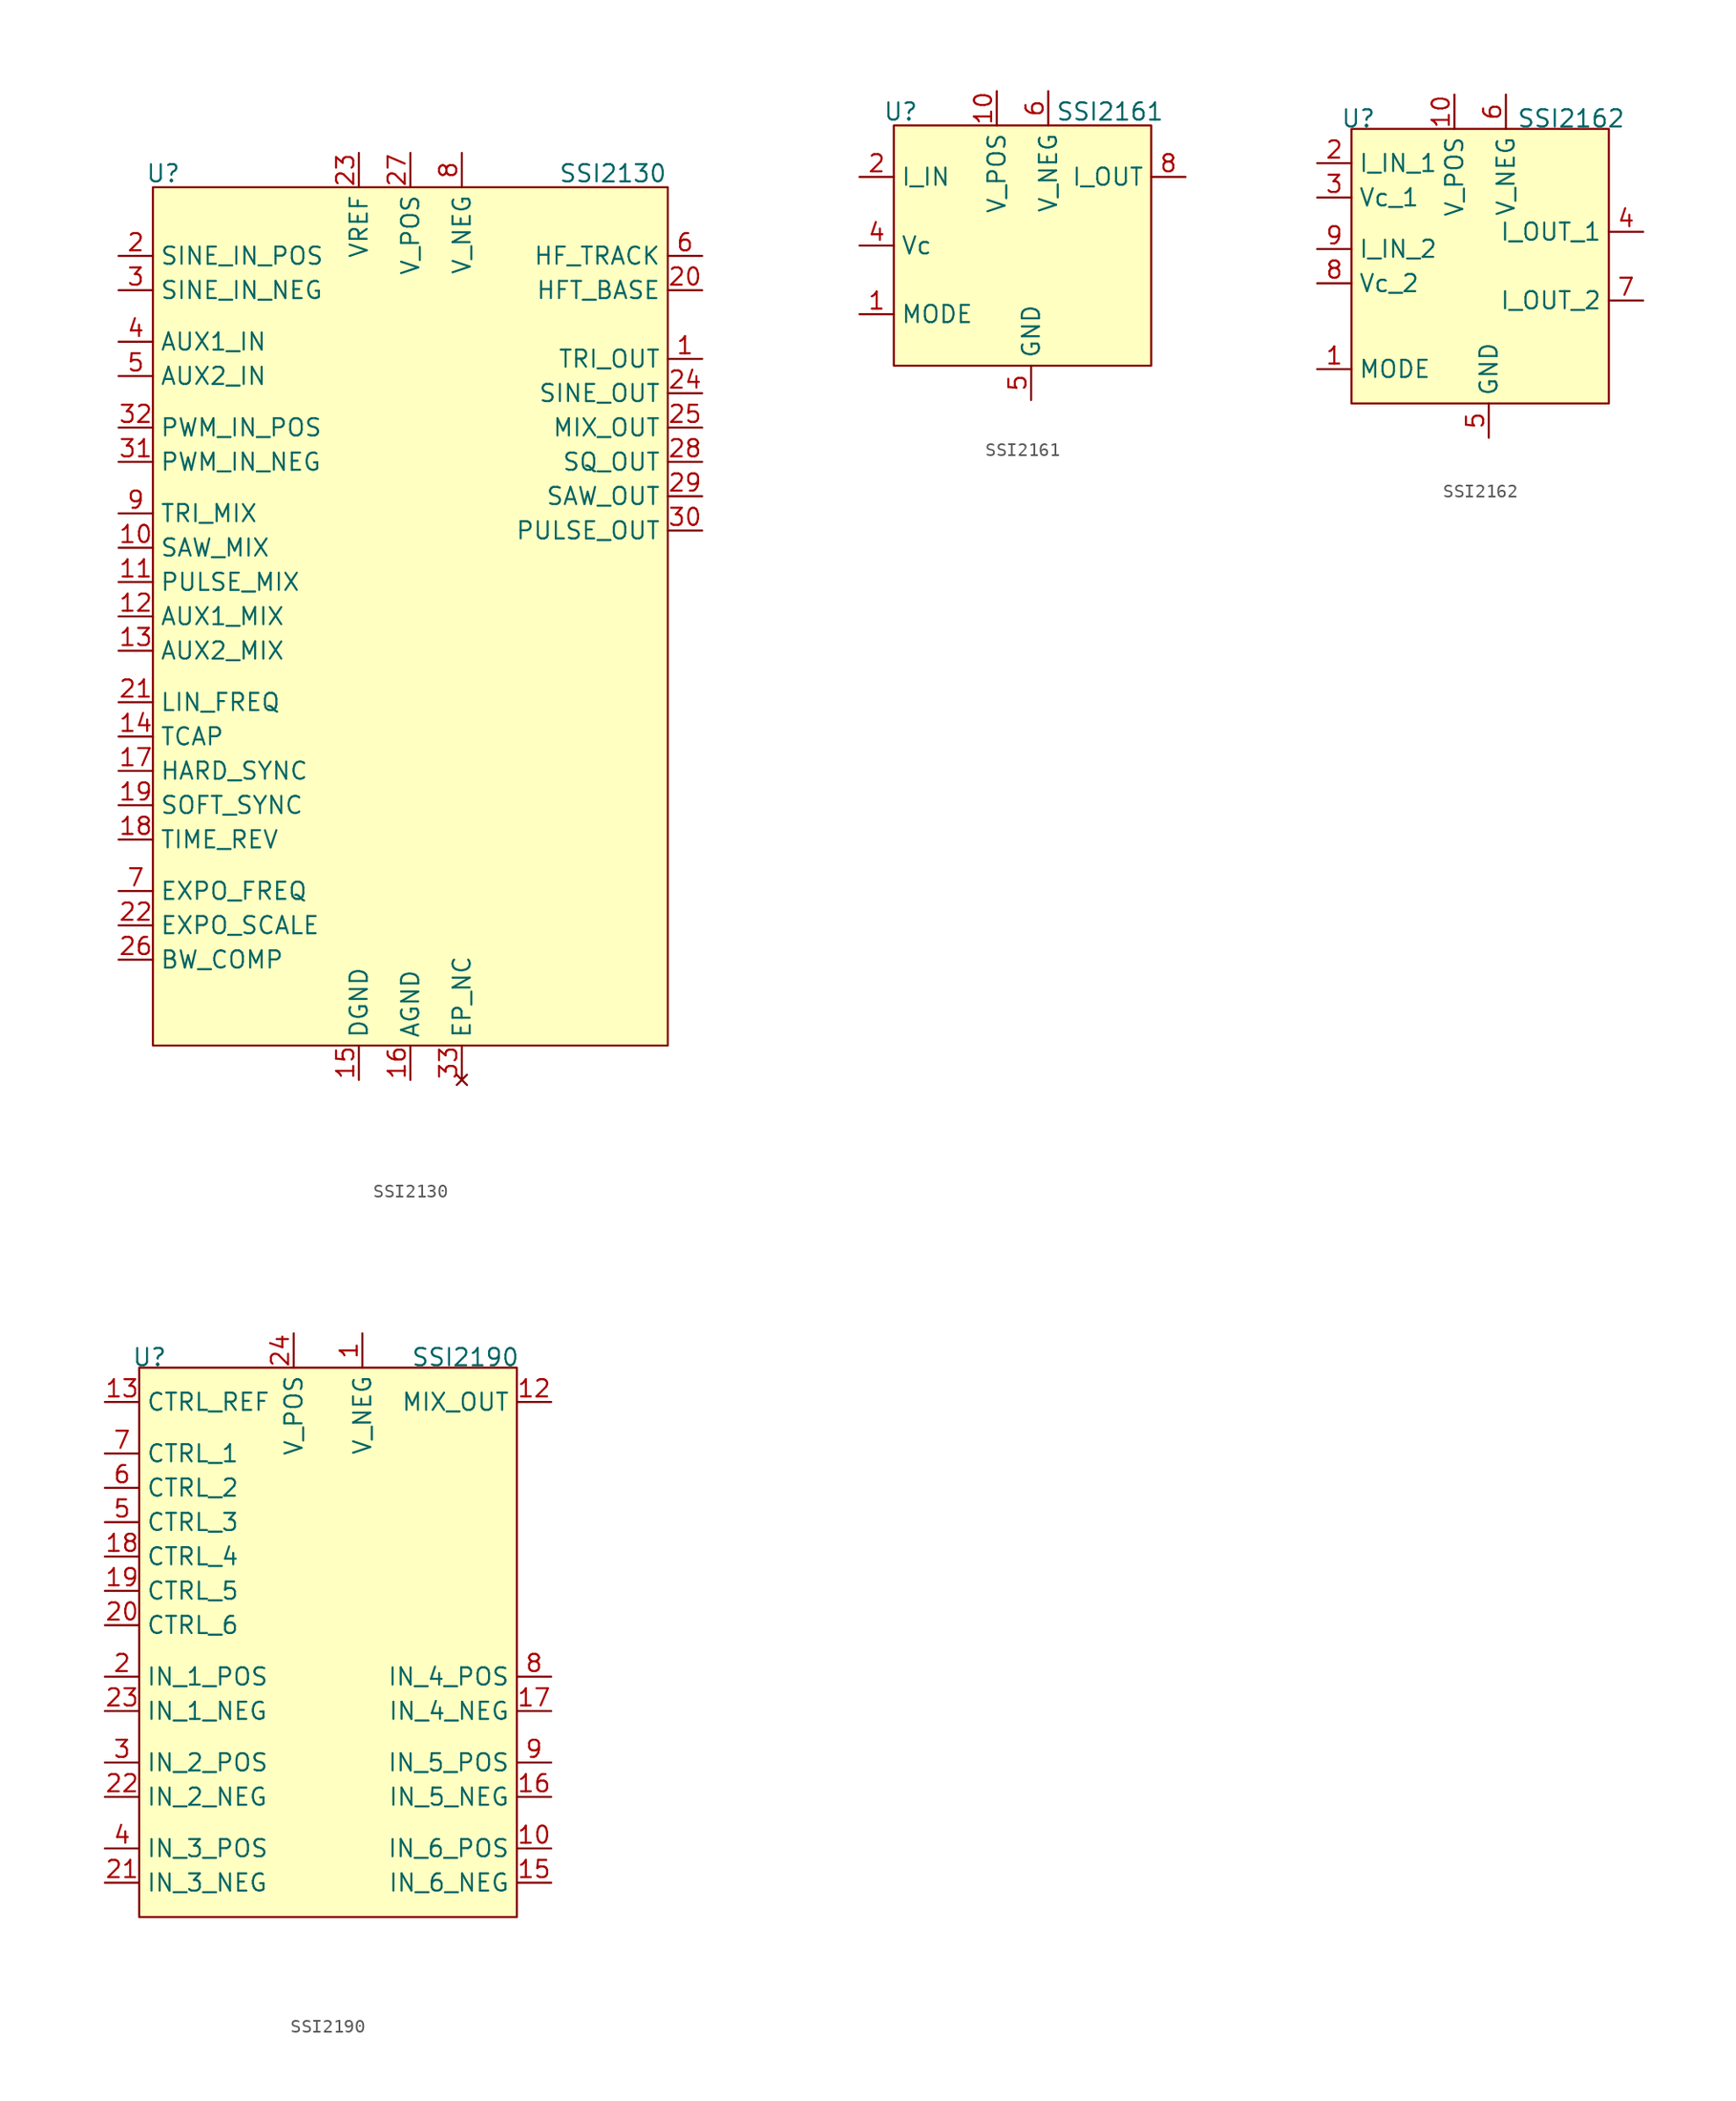
<source format=kicad_sym>
(kicad_symbol_lib
  (version 20231120)
  (generator "kicad_symbol_editor")
  (generator_version "8.0")
  (symbol "SSI2130"
    (property "Reference" "U"
      (at -18.288 30.226 0)
      (effects (font (size 1.27 1.27))))
    (property "Value" "SSI2130"
      (at 14.986 30.226 0)
      (effects (font (size 1.27 1.27))))
    (symbol "SSI2130_1_1"
      (rectangle (start -19.05 29.21) (end 19.05 -34.29) (stroke (width 0) (type default)) (fill (type color) (color 255 255 194 1)))
      (pin output line (at 21.59 16.51 180) (length 2.54) (name "TRI_OUT" (effects (font (size 1.27 1.27)))) (number "1" (effects (font (size 1.27 1.27)))))
      (pin input line (at -21.59 2.54 0) (length 2.54) (name "SAW_MIX" (effects (font (size 1.27 1.27)))) (number "10" (effects (font (size 1.27 1.27)))))
      (pin input line (at -21.59 0 0) (length 2.54) (name "PULSE_MIX" (effects (font (size 1.27 1.27)))) (number "11" (effects (font (size 1.27 1.27)))))
      (pin input line (at -21.59 -2.54 0) (length 2.54) (name "AUX1_MIX" (effects (font (size 1.27 1.27)))) (number "12" (effects (font (size 1.27 1.27)))))
      (pin input line (at -21.59 -5.08 0) (length 2.54) (name "AUX2_MIX" (effects (font (size 1.27 1.27)))) (number "13" (effects (font (size 1.27 1.27)))))
      (pin input line (at -21.59 -11.43 0) (length 2.54) (name "TCAP" (effects (font (size 1.27 1.27)))) (number "14" (effects (font (size 1.27 1.27)))))
      (pin power_in line (at -3.81 -36.83 90) (length 2.54) (name "DGND" (effects (font (size 1.27 1.27)))) (number "15" (effects (font (size 1.27 1.27)))))
      (pin power_in line (at 0 -36.83 90) (length 2.54) (name "AGND" (effects (font (size 1.27 1.27)))) (number "16" (effects (font (size 1.27 1.27)))))
      (pin input line (at -21.59 -13.97 0) (length 2.54) (name "HARD_SYNC" (effects (font (size 1.27 1.27)))) (number "17" (effects (font (size 1.27 1.27)))))
      (pin input line (at -21.59 -19.05 0) (length 2.54) (name "TIME_REV" (effects (font (size 1.27 1.27)))) (number "18" (effects (font (size 1.27 1.27)))))
      (pin input line (at -21.59 -16.51 0) (length 2.54) (name "SOFT_SYNC" (effects (font (size 1.27 1.27)))) (number "19" (effects (font (size 1.27 1.27)))))
      (pin input line (at -21.59 24.13 0) (length 2.54) (name "SINE_IN_POS" (effects (font (size 1.27 1.27)))) (number "2" (effects (font (size 1.27 1.27)))))
      (pin output line (at 21.59 21.59 180) (length 2.54) (name "HFT_BASE" (effects (font (size 1.27 1.27)))) (number "20" (effects (font (size 1.27 1.27)))))
      (pin input line (at -21.59 -8.89 0) (length 2.54) (name "LIN_FREQ" (effects (font (size 1.27 1.27)))) (number "21" (effects (font (size 1.27 1.27)))))
      (pin input line (at -21.59 -25.4 0) (length 2.54) (name "EXPO_SCALE" (effects (font (size 1.27 1.27)))) (number "22" (effects (font (size 1.27 1.27)))))
      (pin input line (at -3.81 31.75 270) (length 2.54) (name "VREF" (effects (font (size 1.27 1.27)))) (number "23" (effects (font (size 1.27 1.27)))))
      (pin output line (at 21.59 13.97 180) (length 2.54) (name "SINE_OUT" (effects (font (size 1.27 1.27)))) (number "24" (effects (font (size 1.27 1.27)))))
      (pin output line (at 21.59 11.43 180) (length 2.54) (name "MIX_OUT" (effects (font (size 1.27 1.27)))) (number "25" (effects (font (size 1.27 1.27)))))
      (pin input line (at -21.59 -27.94 0) (length 2.54) (name "BW_COMP" (effects (font (size 1.27 1.27)))) (number "26" (effects (font (size 1.27 1.27)))))
      (pin power_in line (at 0 31.75 270) (length 2.54) (name "V_POS" (effects (font (size 1.27 1.27)))) (number "27" (effects (font (size 1.27 1.27)))))
      (pin output line (at 21.59 8.89 180) (length 2.54) (name "SQ_OUT" (effects (font (size 1.27 1.27)))) (number "28" (effects (font (size 1.27 1.27)))))
      (pin output line (at 21.59 6.35 180) (length 2.54) (name "SAW_OUT" (effects (font (size 1.27 1.27)))) (number "29" (effects (font (size 1.27 1.27)))))
      (pin input line (at -21.59 21.59 0) (length 2.54) (name "SINE_IN_NEG" (effects (font (size 1.27 1.27)))) (number "3" (effects (font (size 1.27 1.27)))))
      (pin output line (at 21.59 3.81 180) (length 2.54) (name "PULSE_OUT" (effects (font (size 1.27 1.27)))) (number "30" (effects (font (size 1.27 1.27)))))
      (pin input line (at -21.59 8.89 0) (length 2.54) (name "PWM_IN_NEG" (effects (font (size 1.27 1.27)))) (number "31" (effects (font (size 1.27 1.27)))))
      (pin input line (at -21.59 11.43 0) (length 2.54) (name "PWM_IN_POS" (effects (font (size 1.27 1.27)))) (number "32" (effects (font (size 1.27 1.27)))))
      (pin no_connect line (at 3.81 -36.83 90) (length 2.54) (name "EP_NC" (effects (font (size 1.27 1.27)))) (number "33" (effects (font (size 1.27 1.27)))))
      (pin input line (at -21.59 17.78 0) (length 2.54) (name "AUX1_IN" (effects (font (size 1.27 1.27)))) (number "4" (effects (font (size 1.27 1.27)))))
      (pin input line (at -21.59 15.24 0) (length 2.54) (name "AUX2_IN" (effects (font (size 1.27 1.27)))) (number "5" (effects (font (size 1.27 1.27)))))
      (pin output line (at 21.59 24.13 180) (length 2.54) (name "HF_TRACK" (effects (font (size 1.27 1.27)))) (number "6" (effects (font (size 1.27 1.27)))))
      (pin input line (at -21.59 -22.86 0) (length 2.54) (name "EXPO_FREQ" (effects (font (size 1.27 1.27)))) (number "7" (effects (font (size 1.27 1.27)))))
      (pin power_in line (at 3.81 31.75 270) (length 2.54) (name "V_NEG" (effects (font (size 1.27 1.27)))) (number "8" (effects (font (size 1.27 1.27)))))
      (pin input line (at -21.59 5.08 0) (length 2.54) (name "TRI_MIX" (effects (font (size 1.27 1.27)))) (number "9" (effects (font (size 1.27 1.27)))))))
  (symbol "SSI2161"
    (property "Reference" "U"
      (at -9.652 9.906 0)
      (effects (font (size 1.27 1.27))))
    (property "Value" "SSI2161"
      (at 5.842 9.906 0)
      (effects (font (size 1.27 1.27))))
    (symbol "SSI2161_1_1"
      (rectangle (start -10.16 8.89) (end 8.89 -8.89) (stroke (width 0) (type default)) (fill (type color) (color 255 255 194 1)))
      (pin input line (at -12.7 -5.08 0) (length 2.54) (name "MODE" (effects (font (size 1.27 1.27)))) (number "1" (effects (font (size 1.27 1.27)))))
      (pin power_in line (at -2.54 11.43 270) (length 2.54) (name "V_POS" (effects (font (size 1.27 1.27)))) (number "10" (effects (font (size 1.27 1.27)))))
      (pin input line (at -12.7 5.08 0) (length 2.54) (name "I_IN" (effects (font (size 1.27 1.27)))) (number "2" (effects (font (size 1.27 1.27)))))
      (pin no_connect line (at 11.43 -6.35 180) (length 2.54) hide (name "NC" (effects (font (size 1.27 1.27)))) (number "3" (effects (font (size 1.27 1.27)))))
      (pin input line (at -12.7 0 0) (length 2.54) (name "Vc" (effects (font (size 1.27 1.27)))) (number "4" (effects (font (size 1.27 1.27)))))
      (pin power_in line (at 0 -11.43 90) (length 2.54) (name "GND" (effects (font (size 1.27 1.27)))) (number "5" (effects (font (size 1.27 1.27)))))
      (pin power_in line (at 1.27 11.43 270) (length 2.54) (name "V_NEG" (effects (font (size 1.27 1.27)))) (number "6" (effects (font (size 1.27 1.27)))))
      (pin no_connect line (at 11.43 -3.81 180) (length 2.54) hide (name "NC" (effects (font (size 1.27 1.27)))) (number "7" (effects (font (size 1.27 1.27)))))
      (pin output line (at 11.43 5.08 180) (length 2.54) (name "I_OUT" (effects (font (size 1.27 1.27)))) (number "8" (effects (font (size 1.27 1.27)))))
      (pin no_connect line (at 11.43 -1.27 180) (length 2.54) hide (name "NC" (effects (font (size 1.27 1.27)))) (number "9" (effects (font (size 1.27 1.27)))))))
  (symbol "SSI2162"
    (property "Reference" "U"
      (at -9.652 10.922 0)
      (effects (font (size 1.27 1.27))))
    (property "Value" "SSI2162"
      (at 6.096 10.922 0)
      (effects (font (size 1.27 1.27))))
    (symbol "SSI2162_1_1"
      (rectangle (start -10.16 10.16) (end 8.89 -10.16) (stroke (width 0) (type default)) (fill (type color) (color 255 255 194 1)))
      (pin input line (at -12.7 -7.62 0) (length 2.54) (name "MODE" (effects (font (size 1.27 1.27)))) (number "1" (effects (font (size 1.27 1.27)))))
      (pin power_in line (at -2.54 12.7 270) (length 2.54) (name "V_POS" (effects (font (size 1.27 1.27)))) (number "10" (effects (font (size 1.27 1.27)))))
      (pin input line (at -12.7 7.62 0) (length 2.54) (name "I_IN_1" (effects (font (size 1.27 1.27)))) (number "2" (effects (font (size 1.27 1.27)))))
      (pin input line (at -12.7 5.08 0) (length 2.54) (name "Vc_1" (effects (font (size 1.27 1.27)))) (number "3" (effects (font (size 1.27 1.27)))))
      (pin output line (at 11.43 2.54 180) (length 2.54) (name "I_OUT_1" (effects (font (size 1.27 1.27)))) (number "4" (effects (font (size 1.27 1.27)))))
      (pin power_in line (at 0 -12.7 90) (length 2.54) (name "GND" (effects (font (size 1.27 1.27)))) (number "5" (effects (font (size 1.27 1.27)))))
      (pin power_in line (at 1.27 12.7 270) (length 2.54) (name "V_NEG" (effects (font (size 1.27 1.27)))) (number "6" (effects (font (size 1.27 1.27)))))
      (pin output line (at 11.43 -2.54 180) (length 2.54) (name "I_OUT_2" (effects (font (size 1.27 1.27)))) (number "7" (effects (font (size 1.27 1.27)))))
      (pin input line (at -12.7 -1.27 0) (length 2.54) (name "Vc_2" (effects (font (size 1.27 1.27)))) (number "8" (effects (font (size 1.27 1.27)))))
      (pin input line (at -12.7 1.27 0) (length 2.54) (name "I_IN_2" (effects (font (size 1.27 1.27)))) (number "9" (effects (font (size 1.27 1.27)))))))
  (symbol "SSI2190"
    (property "Reference" "U"
      (at -13.208 18.542 0)
      (effects (font (size 1.27 1.27))))
    (property "Value" "SSI2190"
      (at 10.16 18.542 0)
      (effects (font (size 1.27 1.27))))
    (symbol "SSI2190_1_1"
      (rectangle (start -13.97 17.78) (end 13.97 -22.86) (stroke (width 0) (type default)) (fill (type color) (color 255 255 194 1)))
      (pin power_in line (at 2.54 20.32 270) (length 2.54) (name "V_NEG" (effects (font (size 1.27 1.27)))) (number "1" (effects (font (size 1.27 1.27)))))
      (pin input line (at 16.51 -17.78 180) (length 2.54) (name "IN_6_POS" (effects (font (size 1.27 1.27)))) (number "10" (effects (font (size 1.27 1.27)))))
      (pin no_connect line (at -2.54 -25.4 90) (length 2.54) hide (name "NC" (effects (font (size 1.27 1.27)))) (number "11" (effects (font (size 1.27 1.27)))))
      (pin output line (at 16.51 15.24 180) (length 2.54) (name "MIX_OUT" (effects (font (size 1.27 1.27)))) (number "12" (effects (font (size 1.27 1.27)))))
      (pin input line (at -16.51 15.24 0) (length 2.54) (name "CTRL_REF" (effects (font (size 1.27 1.27)))) (number "13" (effects (font (size 1.27 1.27)))))
      (pin no_connect line (at 2.54 -25.4 90) (length 2.54) hide (name "NC" (effects (font (size 1.27 1.27)))) (number "14" (effects (font (size 1.27 1.27)))))
      (pin input line (at 16.51 -20.32 180) (length 2.54) (name "IN_6_NEG" (effects (font (size 1.27 1.27)))) (number "15" (effects (font (size 1.27 1.27)))))
      (pin input line (at 16.51 -13.97 180) (length 2.54) (name "IN_5_NEG" (effects (font (size 1.27 1.27)))) (number "16" (effects (font (size 1.27 1.27)))))
      (pin input line (at 16.51 -7.62 180) (length 2.54) (name "IN_4_NEG" (effects (font (size 1.27 1.27)))) (number "17" (effects (font (size 1.27 1.27)))))
      (pin input line (at -16.51 3.81 0) (length 2.54) (name "CTRL_4" (effects (font (size 1.27 1.27)))) (number "18" (effects (font (size 1.27 1.27)))))
      (pin input line (at -16.51 1.27 0) (length 2.54) (name "CTRL_5" (effects (font (size 1.27 1.27)))) (number "19" (effects (font (size 1.27 1.27)))))
      (pin input line (at -16.51 -5.08 0) (length 2.54) (name "IN_1_POS" (effects (font (size 1.27 1.27)))) (number "2" (effects (font (size 1.27 1.27)))))
      (pin input line (at -16.51 -1.27 0) (length 2.54) (name "CTRL_6" (effects (font (size 1.27 1.27)))) (number "20" (effects (font (size 1.27 1.27)))))
      (pin input line (at -16.51 -20.32 0) (length 2.54) (name "IN_3_NEG" (effects (font (size 1.27 1.27)))) (number "21" (effects (font (size 1.27 1.27)))))
      (pin input line (at -16.51 -13.97 0) (length 2.54) (name "IN_2_NEG" (effects (font (size 1.27 1.27)))) (number "22" (effects (font (size 1.27 1.27)))))
      (pin input line (at -16.51 -7.62 0) (length 2.54) (name "IN_1_NEG" (effects (font (size 1.27 1.27)))) (number "23" (effects (font (size 1.27 1.27)))))
      (pin power_in line (at -2.54 20.32 270) (length 2.54) (name "V_POS" (effects (font (size 1.27 1.27)))) (number "24" (effects (font (size 1.27 1.27)))))
      (pin input line (at -16.51 -11.43 0) (length 2.54) (name "IN_2_POS" (effects (font (size 1.27 1.27)))) (number "3" (effects (font (size 1.27 1.27)))))
      (pin input line (at -16.51 -17.78 0) (length 2.54) (name "IN_3_POS" (effects (font (size 1.27 1.27)))) (number "4" (effects (font (size 1.27 1.27)))))
      (pin input line (at -16.51 6.35 0) (length 2.54) (name "CTRL_3" (effects (font (size 1.27 1.27)))) (number "5" (effects (font (size 1.27 1.27)))))
      (pin input line (at -16.51 8.89 0) (length 2.54) (name "CTRL_2" (effects (font (size 1.27 1.27)))) (number "6" (effects (font (size 1.27 1.27)))))
      (pin input line (at -16.51 11.43 0) (length 2.54) (name "CTRL_1" (effects (font (size 1.27 1.27)))) (number "7" (effects (font (size 1.27 1.27)))))
      (pin input line (at 16.51 -5.08 180) (length 2.54) (name "IN_4_POS" (effects (font (size 1.27 1.27)))) (number "8" (effects (font (size 1.27 1.27)))))
      (pin input line (at 16.51 -11.43 180) (length 2.54) (name "IN_5_POS" (effects (font (size 1.27 1.27)))) (number "9" (effects (font (size 1.27 1.27))))))))
</source>
